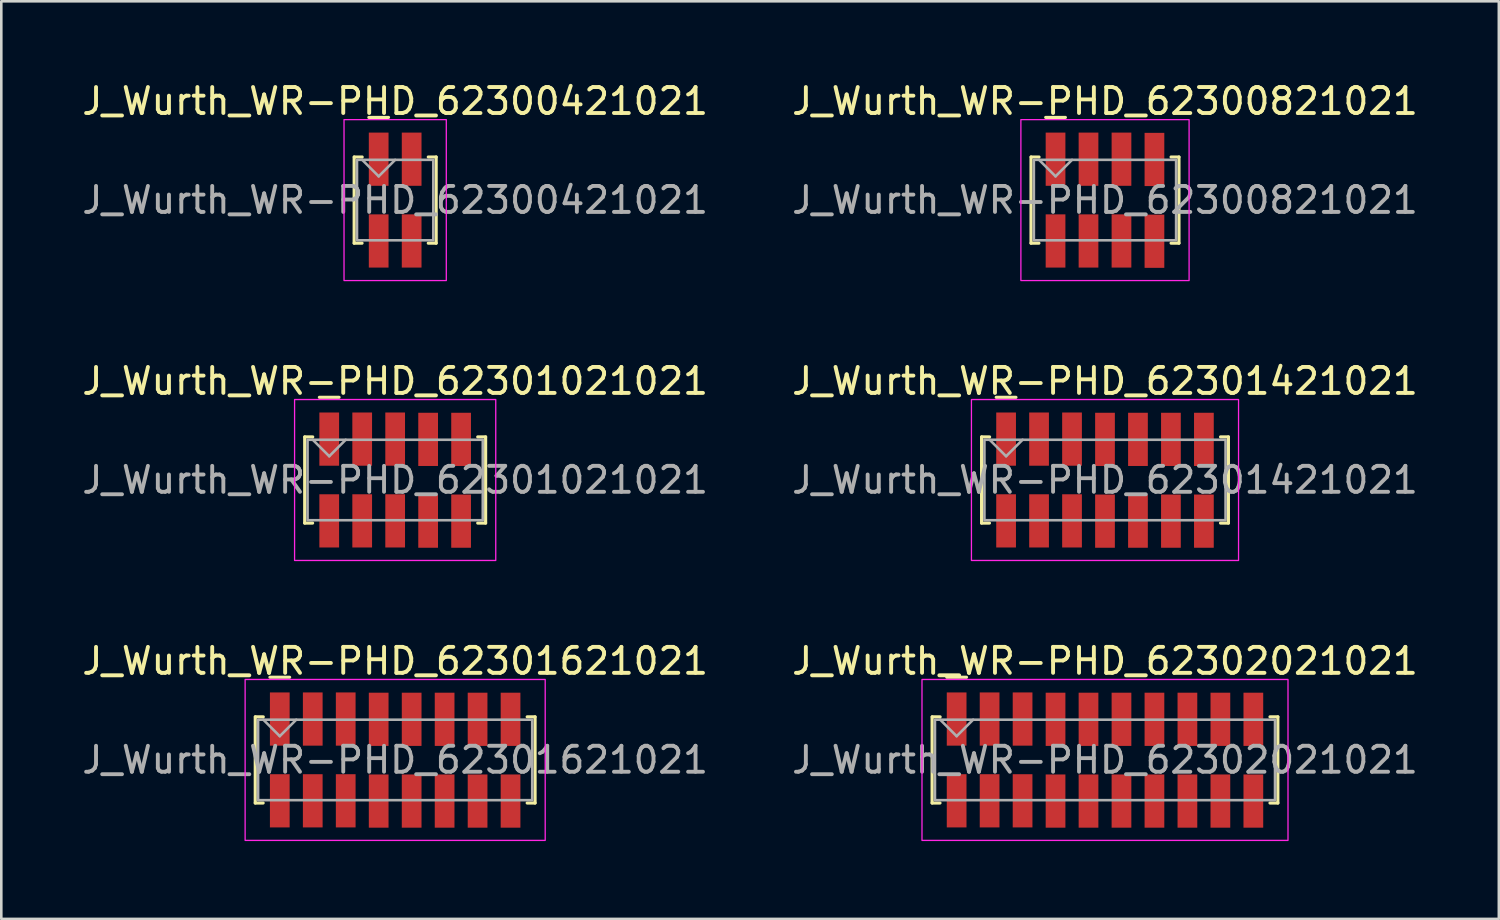
<source format=kicad_pcb>
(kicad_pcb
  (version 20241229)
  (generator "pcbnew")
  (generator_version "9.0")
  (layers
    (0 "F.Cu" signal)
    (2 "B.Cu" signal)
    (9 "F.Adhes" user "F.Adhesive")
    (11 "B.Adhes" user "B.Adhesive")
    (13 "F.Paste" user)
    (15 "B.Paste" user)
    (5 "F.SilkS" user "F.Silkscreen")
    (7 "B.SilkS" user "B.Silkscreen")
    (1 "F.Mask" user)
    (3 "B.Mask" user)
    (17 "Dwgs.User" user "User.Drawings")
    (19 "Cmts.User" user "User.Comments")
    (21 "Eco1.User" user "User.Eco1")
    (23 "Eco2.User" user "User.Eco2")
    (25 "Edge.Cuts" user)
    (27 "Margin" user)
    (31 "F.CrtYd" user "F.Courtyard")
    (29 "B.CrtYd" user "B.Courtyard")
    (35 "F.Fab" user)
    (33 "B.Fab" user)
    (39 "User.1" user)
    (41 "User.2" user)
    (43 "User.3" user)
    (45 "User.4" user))
  (footprint "J_Wurth_WR-PHD_62300821021"
    (layer "F.Cu")
    (at 39.518 4.658)
    (property "Reference" "J_Wurth_WR-PHD_62300821021" (at 0 -3.81 0) (unlocked yes) (layer "F.SilkS") (effects (font (size 1 1) (thickness 0.15))))
    (attr smd)
    (fp_line (start -2.85 1.66) (end -2.85 -1.66) (stroke (width 0.12) (type solid)) (layer "F.SilkS"))
    (fp_line (start -2.545 1.66) (end -2.85 1.66) (stroke (width 0.12) (type solid)) (layer "F.SilkS"))
    (fp_line (start -2.54 -1.66) (end -2.845 -1.66) (stroke (width 0.12) (type solid)) (layer "F.SilkS"))
    (fp_line (start -1.525 -3.185) (end -2.285 -3.185) (stroke (width 0.12) (type solid)) (layer "F.SilkS"))
    (fp_line (start 2.85 -1.66) (end 2.545 -1.66) (stroke (width 0.12) (type solid)) (layer "F.SilkS"))
    (fp_line (start 2.85 -1.66) (end 2.85 1.66) (stroke (width 0.12) (type solid)) (layer "F.SilkS"))
    (fp_line (start 2.85 1.66) (end 2.545 1.66) (stroke (width 0.12) (type solid)) (layer "F.SilkS"))
    (fp_rect (start -3.24 -3.1) (end 3.24 3.1) (stroke (width 0.05) (type solid)) (fill no) (layer "F.CrtYd"))
    (fp_line (start -1.905 -0.915) (end -2.54 -1.55) (stroke (width 0.1) (type default)) (layer "F.Fab"))
    (fp_line (start -1.27 -1.55) (end -1.905 -0.915) (stroke (width 0.1) (type default)) (layer "F.Fab"))
    (fp_rect (start -2.74 -1.55) (end 2.74 1.55) (stroke (width 0.1) (type solid)) (fill no) (layer "F.Fab"))
    (fp_text user "${REFERENCE}" (at 0 0 0) (unlocked yes) (layer "F.Fab") (effects (font (size 1 1) (thickness 0.15))))
    (pad "1" smd rect (at -1.905 -1.575 180) (size 0.76 2.05) (layers "F.Cu" "F.Mask" "F.Paste"))
    (pad "2" smd rect (at -1.905 1.575 180) (size 0.76 2.05) (layers "F.Cu" "F.Mask" "F.Paste"))
    (pad "3" smd rect (at -0.635 -1.575 180) (size 0.76 2.05) (layers "F.Cu" "F.Mask" "F.Paste"))
    (pad "4" smd rect (at -0.635 1.575 180) (size 0.76 2.05) (layers "F.Cu" "F.Mask" "F.Paste"))
    (pad "5" smd rect (at 0.635 -1.575 180) (size 0.76 2.05) (layers "F.Cu" "F.Mask" "F.Paste"))
    (pad "6" smd rect (at 0.635 1.575 180) (size 0.76 2.05) (layers "F.Cu" "F.Mask" "F.Paste"))
    (pad "7" smd rect (at 1.905 -1.565 180) (size 0.76 2.05) (layers "F.Cu" "F.Mask" "F.Paste"))
    (pad "8" smd rect (at 1.905 1.585 180) (size 0.76 2.05) (layers "F.Cu" "F.Mask" "F.Paste")))
  (footprint "J_Wurth_WR-PHD_62301021021"
    (layer "F.Cu")
    (at 12.173 15.441)
    (property "Reference" "J_Wurth_WR-PHD_62301021021" (at 0 -3.81 0) (unlocked yes) (layer "F.SilkS") (effects (font (size 1 1) (thickness 0.15))))
    (attr smd)
    (fp_line (start -3.485 1.66) (end -3.485 -1.66) (stroke (width 0.12) (type solid)) (layer "F.SilkS"))
    (fp_line (start -3.18 1.66) (end -3.485 1.66) (stroke (width 0.12) (type solid)) (layer "F.SilkS"))
    (fp_line (start -3.175 -1.66) (end -3.48 -1.66) (stroke (width 0.12) (type solid)) (layer "F.SilkS"))
    (fp_line (start -2.16 -3.185) (end -2.92 -3.185) (stroke (width 0.12) (type solid)) (layer "F.SilkS"))
    (fp_line (start 3.485 -1.66) (end 3.18 -1.66) (stroke (width 0.12) (type solid)) (layer "F.SilkS"))
    (fp_line (start 3.485 -1.66) (end 3.485 1.66) (stroke (width 0.12) (type solid)) (layer "F.SilkS"))
    (fp_line (start 3.485 1.66) (end 3.18 1.66) (stroke (width 0.12) (type solid)) (layer "F.SilkS"))
    (fp_rect (start -3.875 -3.1) (end 3.875 3.1) (stroke (width 0.05) (type solid)) (fill no) (layer "F.CrtYd"))
    (fp_line (start -2.54 -0.915) (end -3.175 -1.55) (stroke (width 0.1) (type default)) (layer "F.Fab"))
    (fp_line (start -1.905 -1.55) (end -2.54 -0.915) (stroke (width 0.1) (type default)) (layer "F.Fab"))
    (fp_rect (start -3.375 -1.55) (end 3.375 1.55) (stroke (width 0.1) (type solid)) (fill no) (layer "F.Fab"))
    (fp_text user "${REFERENCE}" (at 0 0 0) (unlocked yes) (layer "F.Fab") (effects (font (size 1 1) (thickness 0.15))))
    (pad "1" smd rect (at -2.54 -1.575 180) (size 0.76 2.05) (layers "F.Cu" "F.Mask" "F.Paste"))
    (pad "2" smd rect (at -2.54 1.575 180) (size 0.76 2.05) (layers "F.Cu" "F.Mask" "F.Paste"))
    (pad "3" smd rect (at -1.27 -1.575 180) (size 0.76 2.05) (layers "F.Cu" "F.Mask" "F.Paste"))
    (pad "4" smd rect (at -1.27 1.575 180) (size 0.76 2.05) (layers "F.Cu" "F.Mask" "F.Paste"))
    (pad "5" smd rect (at 0 -1.575 180) (size 0.76 2.05) (layers "F.Cu" "F.Mask" "F.Paste"))
    (pad "6" smd rect (at 0 1.575 180) (size 0.76 2.05) (layers "F.Cu" "F.Mask" "F.Paste"))
    (pad "7" smd rect (at 1.27 -1.565 180) (size 0.76 2.05) (layers "F.Cu" "F.Mask" "F.Paste"))
    (pad "8" smd rect (at 1.27 1.585 180) (size 0.76 2.05) (layers "F.Cu" "F.Mask" "F.Paste"))
    (pad "9" smd rect (at 2.54 -1.565 180) (size 0.76 2.05) (layers "F.Cu" "F.Mask" "F.Paste"))
    (pad "10" smd rect (at 2.54 1.585 180) (size 0.76 2.05) (layers "F.Cu" "F.Mask" "F.Paste")))
  (footprint "J_Wurth_WR-PHD_62302021021"
    (layer "F.Cu")
    (at 39.518 26.225)
    (property "Reference" "J_Wurth_WR-PHD_62302021021" (at 0 -3.81 0) (unlocked yes) (layer "F.SilkS") (effects (font (size 1 1) (thickness 0.15))))
    (attr smd)
    (fp_line (start -6.66 1.66) (end -6.66 -1.66) (stroke (width 0.12) (type solid)) (layer "F.SilkS"))
    (fp_line (start -6.355 1.66) (end -6.66 1.66) (stroke (width 0.12) (type solid)) (layer "F.SilkS"))
    (fp_line (start -6.35 -1.66) (end -6.655 -1.66) (stroke (width 0.12) (type solid)) (layer "F.SilkS"))
    (fp_line (start -5.335 -3.185) (end -6.095 -3.185) (stroke (width 0.12) (type solid)) (layer "F.SilkS"))
    (fp_line (start 6.66 -1.66) (end 6.355 -1.66) (stroke (width 0.12) (type solid)) (layer "F.SilkS"))
    (fp_line (start 6.66 -1.66) (end 6.66 1.66) (stroke (width 0.12) (type solid)) (layer "F.SilkS"))
    (fp_line (start 6.66 1.66) (end 6.355 1.66) (stroke (width 0.12) (type solid)) (layer "F.SilkS"))
    (fp_rect (start -7.05 -3.1) (end 7.05 3.1) (stroke (width 0.05) (type solid)) (fill no) (layer "F.CrtYd"))
    (fp_line (start -5.715 -0.915) (end -6.35 -1.55) (stroke (width 0.1) (type default)) (layer "F.Fab"))
    (fp_line (start -5.08 -1.55) (end -5.715 -0.915) (stroke (width 0.1) (type default)) (layer "F.Fab"))
    (fp_rect (start -6.55 -1.55) (end 6.55 1.55) (stroke (width 0.1) (type solid)) (fill no) (layer "F.Fab"))
    (fp_text user "${REFERENCE}" (at 0 0 0) (unlocked yes) (layer "F.Fab") (effects (font (size 1 1) (thickness 0.15))))
    (pad "1" smd rect (at -5.715 -1.575 180) (size 0.76 2.05) (layers "F.Cu" "F.Mask" "F.Paste"))
    (pad "2" smd rect (at -5.715 1.575 180) (size 0.76 2.05) (layers "F.Cu" "F.Mask" "F.Paste"))
    (pad "3" smd rect (at -4.445 -1.575 180) (size 0.76 2.05) (layers "F.Cu" "F.Mask" "F.Paste"))
    (pad "4" smd rect (at -4.445 1.575 180) (size 0.76 2.05) (layers "F.Cu" "F.Mask" "F.Paste"))
    (pad "5" smd rect (at -3.175 -1.575 180) (size 0.76 2.05) (layers "F.Cu" "F.Mask" "F.Paste"))
    (pad "6" smd rect (at -3.175 1.575 180) (size 0.76 2.05) (layers "F.Cu" "F.Mask" "F.Paste"))
    (pad "7" smd rect (at -1.905 -1.565 180) (size 0.76 2.05) (layers "F.Cu" "F.Mask" "F.Paste"))
    (pad "8" smd rect (at -1.905 1.585 180) (size 0.76 2.05) (layers "F.Cu" "F.Mask" "F.Paste"))
    (pad "9" smd rect (at -0.635 -1.565 180) (size 0.76 2.05) (layers "F.Cu" "F.Mask" "F.Paste"))
    (pad "10" smd rect (at -0.635 1.585 180) (size 0.76 2.05) (layers "F.Cu" "F.Mask" "F.Paste"))
    (pad "11" smd rect (at 0.635 -1.565 180) (size 0.76 2.05) (layers "F.Cu" "F.Mask" "F.Paste"))
    (pad "12" smd rect (at 0.635 1.585 180) (size 0.76 2.05) (layers "F.Cu" "F.Mask" "F.Paste"))
    (pad "13" smd rect (at 1.905 -1.565 180) (size 0.76 2.05) (layers "F.Cu" "F.Mask" "F.Paste"))
    (pad "14" smd rect (at 1.905 1.585 180) (size 0.76 2.05) (layers "F.Cu" "F.Mask" "F.Paste"))
    (pad "15" smd rect (at 3.175 -1.565 180) (size 0.76 2.05) (layers "F.Cu" "F.Mask" "F.Paste"))
    (pad "16" smd rect (at 3.175 1.585 180) (size 0.76 2.05) (layers "F.Cu" "F.Mask" "F.Paste"))
    (pad "17" smd rect (at 4.445 -1.565 180) (size 0.76 2.05) (layers "F.Cu" "F.Mask" "F.Paste"))
    (pad "18" smd rect (at 4.445 1.585 180) (size 0.76 2.05) (layers "F.Cu" "F.Mask" "F.Paste"))
    (pad "19" smd rect (at 5.715 -1.565 180) (size 0.76 2.05) (layers "F.Cu" "F.Mask" "F.Paste"))
    (pad "20" smd rect (at 5.715 1.585 180) (size 0.76 2.05) (layers "F.Cu" "F.Mask" "F.Paste")))
  (footprint "J_Wurth_WR-PHD_62301621021"
    (layer "F.Cu")
    (at 12.173 26.225)
    (property "Reference" "J_Wurth_WR-PHD_62301621021" (at 0 -3.81 0) (unlocked yes) (layer "F.SilkS") (effects (font (size 1 1) (thickness 0.15))))
    (attr smd)
    (fp_line (start -5.39 1.66) (end -5.39 -1.66) (stroke (width 0.12) (type solid)) (layer "F.SilkS"))
    (fp_line (start -5.085 1.66) (end -5.39 1.66) (stroke (width 0.12) (type solid)) (layer "F.SilkS"))
    (fp_line (start -5.08 -1.66) (end -5.385 -1.66) (stroke (width 0.12) (type solid)) (layer "F.SilkS"))
    (fp_line (start -4.065 -3.185) (end -4.825 -3.185) (stroke (width 0.12) (type solid)) (layer "F.SilkS"))
    (fp_line (start 5.39 -1.66) (end 5.085 -1.66) (stroke (width 0.12) (type solid)) (layer "F.SilkS"))
    (fp_line (start 5.39 -1.66) (end 5.39 1.66) (stroke (width 0.12) (type solid)) (layer "F.SilkS"))
    (fp_line (start 5.39 1.66) (end 5.085 1.66) (stroke (width 0.12) (type solid)) (layer "F.SilkS"))
    (fp_rect (start -5.78 -3.1) (end 5.78 3.1) (stroke (width 0.05) (type solid)) (fill no) (layer "F.CrtYd"))
    (fp_line (start -4.445 -0.915) (end -5.08 -1.55) (stroke (width 0.1) (type default)) (layer "F.Fab"))
    (fp_line (start -3.81 -1.55) (end -4.445 -0.915) (stroke (width 0.1) (type default)) (layer "F.Fab"))
    (fp_rect (start -5.28 -1.55) (end 5.28 1.55) (stroke (width 0.1) (type solid)) (fill no) (layer "F.Fab"))
    (fp_text user "${REFERENCE}" (at 0 0 0) (unlocked yes) (layer "F.Fab") (effects (font (size 1 1) (thickness 0.15))))
    (pad "1" smd rect (at -4.445 -1.575 180) (size 0.76 2.05) (layers "F.Cu" "F.Mask" "F.Paste"))
    (pad "2" smd rect (at -4.445 1.575 180) (size 0.76 2.05) (layers "F.Cu" "F.Mask" "F.Paste"))
    (pad "3" smd rect (at -3.175 -1.575 180) (size 0.76 2.05) (layers "F.Cu" "F.Mask" "F.Paste"))
    (pad "4" smd rect (at -3.175 1.575 180) (size 0.76 2.05) (layers "F.Cu" "F.Mask" "F.Paste"))
    (pad "5" smd rect (at -1.905 -1.575 180) (size 0.76 2.05) (layers "F.Cu" "F.Mask" "F.Paste"))
    (pad "6" smd rect (at -1.905 1.575 180) (size 0.76 2.05) (layers "F.Cu" "F.Mask" "F.Paste"))
    (pad "7" smd rect (at -0.635 -1.565 180) (size 0.76 2.05) (layers "F.Cu" "F.Mask" "F.Paste"))
    (pad "8" smd rect (at -0.635 1.585 180) (size 0.76 2.05) (layers "F.Cu" "F.Mask" "F.Paste"))
    (pad "9" smd rect (at 0.635 -1.565 180) (size 0.76 2.05) (layers "F.Cu" "F.Mask" "F.Paste"))
    (pad "10" smd rect (at 0.635 1.585 180) (size 0.76 2.05) (layers "F.Cu" "F.Mask" "F.Paste"))
    (pad "11" smd rect (at 1.905 -1.565 180) (size 0.76 2.05) (layers "F.Cu" "F.Mask" "F.Paste"))
    (pad "12" smd rect (at 1.905 1.585 180) (size 0.76 2.05) (layers "F.Cu" "F.Mask" "F.Paste"))
    (pad "13" smd rect (at 3.175 -1.565 180) (size 0.76 2.05) (layers "F.Cu" "F.Mask" "F.Paste"))
    (pad "14" smd rect (at 3.175 1.585 180) (size 0.76 2.05) (layers "F.Cu" "F.Mask" "F.Paste"))
    (pad "15" smd rect (at 4.445 -1.565 180) (size 0.76 2.05) (layers "F.Cu" "F.Mask" "F.Paste"))
    (pad "16" smd rect (at 4.445 1.585 180) (size 0.76 2.05) (layers "F.Cu" "F.Mask" "F.Paste")))
  (footprint "J_Wurth_WR-PHD_62301421021"
    (layer "F.Cu")
    (at 39.518 15.441)
    (property "Reference" "J_Wurth_WR-PHD_62301421021" (at 0 -3.81 0) (unlocked yes) (layer "F.SilkS") (effects (font (size 1 1) (thickness 0.15))))
    (attr smd)
    (fp_line (start -4.755 1.66) (end -4.755 -1.66) (stroke (width 0.12) (type solid)) (layer "F.SilkS"))
    (fp_line (start -4.45 1.66) (end -4.755 1.66) (stroke (width 0.12) (type solid)) (layer "F.SilkS"))
    (fp_line (start -4.445 -1.66) (end -4.75 -1.66) (stroke (width 0.12) (type solid)) (layer "F.SilkS"))
    (fp_line (start -3.43 -3.185) (end -4.19 -3.185) (stroke (width 0.12) (type solid)) (layer "F.SilkS"))
    (fp_line (start 4.755 -1.66) (end 4.45 -1.66) (stroke (width 0.12) (type solid)) (layer "F.SilkS"))
    (fp_line (start 4.755 -1.66) (end 4.755 1.66) (stroke (width 0.12) (type solid)) (layer "F.SilkS"))
    (fp_line (start 4.755 1.66) (end 4.45 1.66) (stroke (width 0.12) (type solid)) (layer "F.SilkS"))
    (fp_rect (start -5.145 -3.1) (end 5.145 3.1) (stroke (width 0.05) (type solid)) (fill no) (layer "F.CrtYd"))
    (fp_line (start -3.81 -0.915) (end -4.445 -1.55) (stroke (width 0.1) (type default)) (layer "F.Fab"))
    (fp_line (start -3.175 -1.55) (end -3.81 -0.915) (stroke (width 0.1) (type default)) (layer "F.Fab"))
    (fp_rect (start -4.645 -1.55) (end 4.645 1.55) (stroke (width 0.1) (type solid)) (fill no) (layer "F.Fab"))
    (fp_text user "${REFERENCE}" (at 0 0 0) (unlocked yes) (layer "F.Fab") (effects (font (size 1 1) (thickness 0.15))))
    (pad "1" smd rect (at -3.81 -1.575 180) (size 0.76 2.05) (layers "F.Cu" "F.Mask" "F.Paste"))
    (pad "2" smd rect (at -3.81 1.575 180) (size 0.76 2.05) (layers "F.Cu" "F.Mask" "F.Paste"))
    (pad "3" smd rect (at -2.54 -1.575 180) (size 0.76 2.05) (layers "F.Cu" "F.Mask" "F.Paste"))
    (pad "4" smd rect (at -2.54 1.575 180) (size 0.76 2.05) (layers "F.Cu" "F.Mask" "F.Paste"))
    (pad "5" smd rect (at -1.27 -1.575 180) (size 0.76 2.05) (layers "F.Cu" "F.Mask" "F.Paste"))
    (pad "6" smd rect (at -1.27 1.575 180) (size 0.76 2.05) (layers "F.Cu" "F.Mask" "F.Paste"))
    (pad "7" smd rect (at 0 -1.565 180) (size 0.76 2.05) (layers "F.Cu" "F.Mask" "F.Paste"))
    (pad "8" smd rect (at 0 1.585 180) (size 0.76 2.05) (layers "F.Cu" "F.Mask" "F.Paste"))
    (pad "9" smd rect (at 1.27 -1.565 180) (size 0.76 2.05) (layers "F.Cu" "F.Mask" "F.Paste"))
    (pad "10" smd rect (at 1.27 1.585 180) (size 0.76 2.05) (layers "F.Cu" "F.Mask" "F.Paste"))
    (pad "11" smd rect (at 2.54 -1.565 180) (size 0.76 2.05) (layers "F.Cu" "F.Mask" "F.Paste"))
    (pad "12" smd rect (at 2.54 1.585 180) (size 0.76 2.05) (layers "F.Cu" "F.Mask" "F.Paste"))
    (pad "13" smd rect (at 3.81 -1.565 180) (size 0.76 2.05) (layers "F.Cu" "F.Mask" "F.Paste"))
    (pad "14" smd rect (at 3.81 1.585 180) (size 0.76 2.05) (layers "F.Cu" "F.Mask" "F.Paste")))
  (footprint "J_Wurth_WR-PHD_62300421021"
    (layer "F.Cu")
    (at 12.173 4.658)
    (property "Reference" "J_Wurth_WR-PHD_62300421021" (at 0 -3.81 0) (unlocked yes) (layer "F.SilkS") (effects (font (size 1 1) (thickness 0.15))))
    (attr smd)
    (fp_line (start -1.58 1.66) (end -1.58 -1.66) (stroke (width 0.12) (type solid)) (layer "F.SilkS"))
    (fp_line (start -1.275 1.66) (end -1.58 1.66) (stroke (width 0.12) (type solid)) (layer "F.SilkS"))
    (fp_line (start -1.27 -1.66) (end -1.575 -1.66) (stroke (width 0.12) (type solid)) (layer "F.SilkS"))
    (fp_line (start -0.255 -3.185) (end -1.015 -3.185) (stroke (width 0.12) (type solid)) (layer "F.SilkS"))
    (fp_line (start 1.58 -1.66) (end 1.275 -1.66) (stroke (width 0.12) (type solid)) (layer "F.SilkS"))
    (fp_line (start 1.58 -1.66) (end 1.58 1.66) (stroke (width 0.12) (type solid)) (layer "F.SilkS"))
    (fp_line (start 1.58 1.66) (end 1.275 1.66) (stroke (width 0.12) (type solid)) (layer "F.SilkS"))
    (fp_rect (start -1.97 -3.1) (end 1.97 3.1) (stroke (width 0.05) (type solid)) (fill no) (layer "F.CrtYd"))
    (fp_line (start -0.635 -0.915) (end -1.27 -1.55) (stroke (width 0.1) (type default)) (layer "F.Fab"))
    (fp_line (start 0 -1.55) (end -0.635 -0.915) (stroke (width 0.1) (type default)) (layer "F.Fab"))
    (fp_rect (start -1.47 -1.55) (end 1.47 1.55) (stroke (width 0.1) (type solid)) (fill no) (layer "F.Fab"))
    (fp_text user "${REFERENCE}" (at 0 0 0) (unlocked yes) (layer "F.Fab") (effects (font (size 1 1) (thickness 0.15))))
    (pad "1" smd rect (at -0.635 -1.575 180) (size 0.76 2.05) (layers "F.Cu" "F.Mask" "F.Paste"))
    (pad "2" smd rect (at -0.635 1.575 180) (size 0.76 2.05) (layers "F.Cu" "F.Mask" "F.Paste"))
    (pad "3" smd rect (at 0.635 -1.575 180) (size 0.76 2.05) (layers "F.Cu" "F.Mask" "F.Paste"))
    (pad "4" smd rect (at 0.635 1.575 180) (size 0.76 2.05) (layers "F.Cu" "F.Mask" "F.Paste")))
  (gr_rect
    (start -3 -3)
    (end 54.69 32.35)
    (stroke (width 0.1) (type default))
    (fill no)
    (layer "Edge.Cuts")))
</source>
